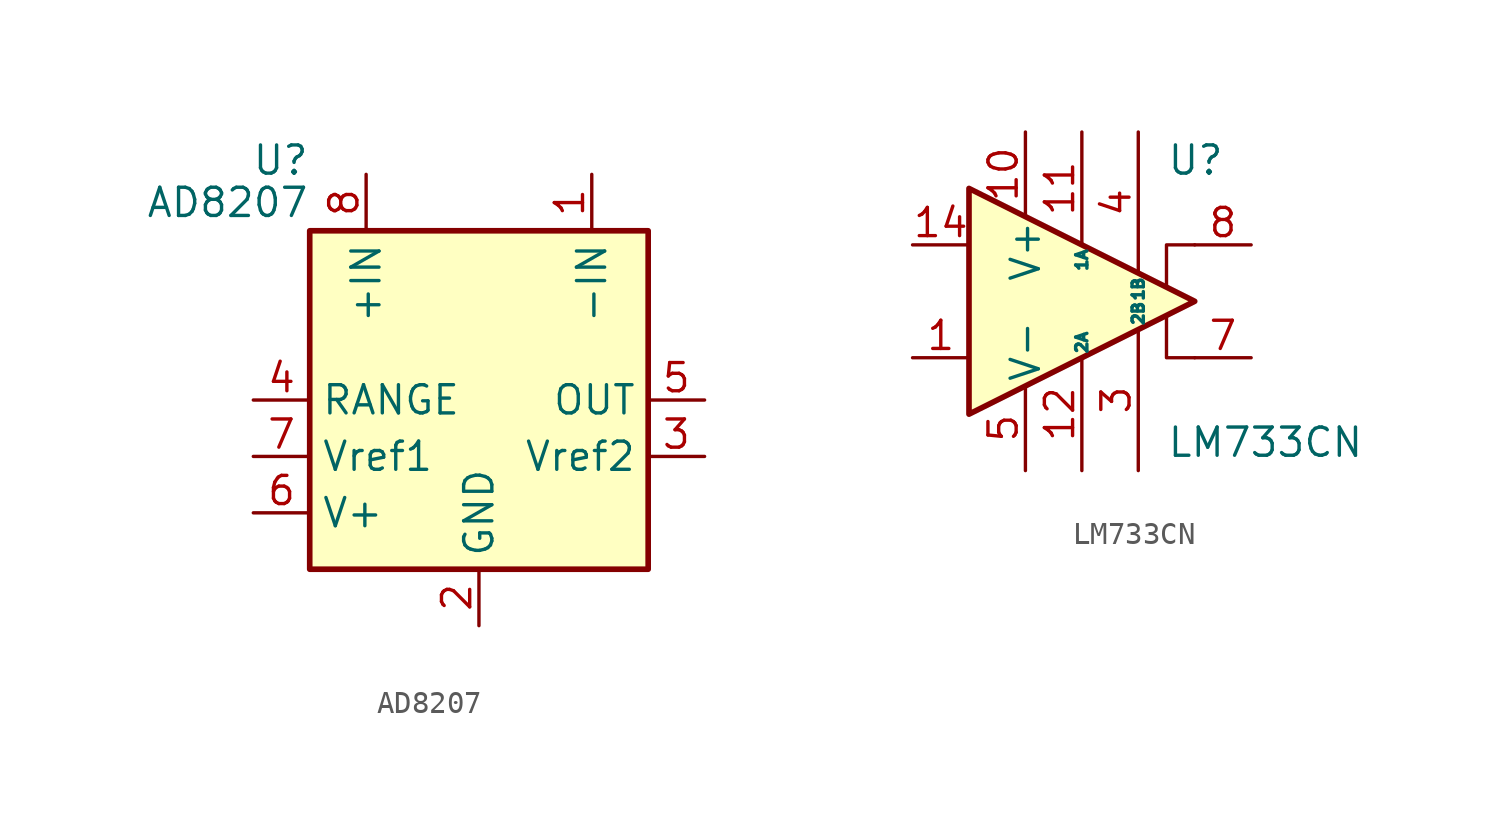
<source format=kicad_sym>
(kicad_symbol_lib
  (version 20220914)
  (generator kicad_symbol_editor)
  (symbol "AD8207"
    (property "Reference" "U"
      (at -7.62 10.795 0)
      (effects (font (size 1.27 1.27)) (justify right)))
    (property "Value" "AD8207"
      (at -7.62 8.89 0)
      (effects (font (size 1.27 1.27)) (justify right)))
    (symbol "AD8207_0_1"
      (rectangle (start -7.62 7.62) (end 7.62 -7.62) (stroke (width 0.254) (type default)) (fill (type background))))
    (symbol "AD8207_1_1"
      (pin input line (at 5.08 10.16 270) (length 2.54) (name "-IN" (effects (font (size 1.27 1.27)))) (number "1" (effects (font (size 1.27 1.27)))))
      (pin power_in line (at 0 -10.16 90) (length 2.54) (name "GND" (effects (font (size 1.27 1.27)))) (number "2" (effects (font (size 1.27 1.27)))))
      (pin input line (at 10.16 -2.54 180) (length 2.54) (name "Vref2" (effects (font (size 1.27 1.27)))) (number "3" (effects (font (size 1.27 1.27)))))
      (pin input line (at -10.16 0 0) (length 2.54) (name "RANGE" (effects (font (size 1.27 1.27)))) (number "4" (effects (font (size 1.27 1.27)))))
      (pin output line (at 10.16 0 180) (length 2.54) (name "OUT" (effects (font (size 1.27 1.27)))) (number "5" (effects (font (size 1.27 1.27)))))
      (pin power_in line (at -10.16 -5.08 0) (length 2.54) (name "V+" (effects (font (size 1.27 1.27)))) (number "6" (effects (font (size 1.27 1.27)))))
      (pin input line (at -10.16 -2.54 0) (length 2.54) (name "Vref1" (effects (font (size 1.27 1.27)))) (number "7" (effects (font (size 1.27 1.27)))))
      (pin input line (at -5.08 10.16 270) (length 2.54) (name "+IN" (effects (font (size 1.27 1.27)))) (number "8" (effects (font (size 1.27 1.27)))))))
  (symbol "LM733CN"
    (pin_names
      (offset 0.127))
    (property "Reference" "U"
      (at 3.81 6.35 0)
      (effects (font (size 1.27 1.27)) (justify left)))
    (property "Value" "LM733CN"
      (at 3.81 -6.35 0)
      (effects (font (size 1.27 1.27)) (justify left)))
    (symbol "LM733CN_0_1"
      (polyline (pts (xy 5.08 -2.54) (xy 3.81 -2.54) (xy 3.81 -0.635)) (stroke (width 0) (type default)) (fill (type none)))
      (polyline (pts (xy 5.08 2.54) (xy 3.81 2.54) (xy 3.81 0.635)) (stroke (width 0) (type default)) (fill (type none)))
      (polyline (pts (xy 5.08 0) (xy -5.08 5.08) (xy -5.08 -5.08) (xy 5.08 0)) (stroke (width 0.254) (type default)) (fill (type background))))
    (symbol "LM733CN_1_1"
      (pin input line (at -7.62 -2.54 0) (length 2.54) (name "~" (effects (font (size 1.27 1.27)))) (number "1" (effects (font (size 1.27 1.27)))))
      (pin power_in line (at -2.54 7.62 270) (length 3.81) (name "V+" (effects (font (size 1.27 1.27)))) (number "10" (effects (font (size 1.27 1.27)))))
      (pin passive line (at 0 7.62 270) (length 5.08) (name "1A" (effects (font (size 0.508 0.508)))) (number "11" (effects (font (size 1.27 1.27)))))
      (pin passive line (at 0 -7.62 90) (length 5.08) (name "2A" (effects (font (size 0.508 0.508)))) (number "12" (effects (font (size 1.27 1.27)))))
      (pin no_connect line (at -2.54 -3.81 90) (length 2.54) hide (name "NC" (effects (font (size 1.27 1.27)))) (number "13" (effects (font (size 1.27 1.27)))))
      (pin input line (at -7.62 2.54 0) (length 2.54) (name "~" (effects (font (size 1.27 1.27)))) (number "14" (effects (font (size 1.27 1.27)))))
      (pin no_connect line (at 2.54 1.27 270) (length 2.54) hide (name "NC" (effects (font (size 1.27 1.27)))) (number "2" (effects (font (size 1.27 1.27)))))
      (pin passive line (at 2.54 -7.62 90) (length 6.35) (name "2B" (effects (font (size 0.508 0.508)))) (number "3" (effects (font (size 1.27 1.27)))))
      (pin passive line (at 2.54 7.62 270) (length 6.35) (name "1B" (effects (font (size 0.508 0.508)))) (number "4" (effects (font (size 1.27 1.27)))))
      (pin power_in line (at -2.54 -7.62 90) (length 3.81) (name "V-" (effects (font (size 1.27 1.27)))) (number "5" (effects (font (size 1.27 1.27)))))
      (pin no_connect line (at 0 2.54 270) (length 2.54) hide (name "NC" (effects (font (size 1.27 1.27)))) (number "6" (effects (font (size 1.27 1.27)))))
      (pin output line (at 7.62 -2.54 180) (length 2.54) (name "~" (effects (font (size 1.27 1.27)))) (number "7" (effects (font (size 1.27 1.27)))))
      (pin output line (at 7.62 2.54 180) (length 2.54) (name "~" (effects (font (size 1.27 1.27)))) (number "8" (effects (font (size 1.27 1.27)))))
      (pin no_connect line (at 0 -2.54 90) (length 2.54) hide (name "NC" (effects (font (size 1.27 1.27)))) (number "9" (effects (font (size 1.27 1.27))))))))
</source>
